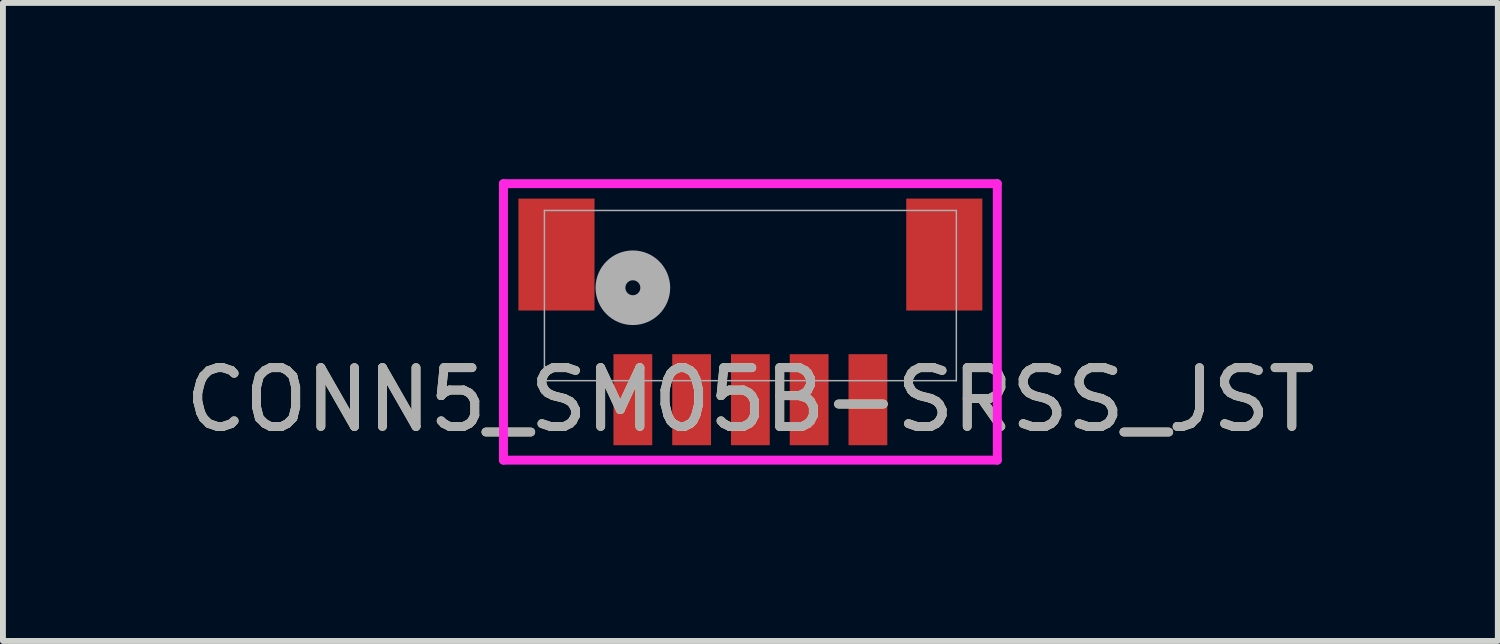
<source format=kicad_pcb>
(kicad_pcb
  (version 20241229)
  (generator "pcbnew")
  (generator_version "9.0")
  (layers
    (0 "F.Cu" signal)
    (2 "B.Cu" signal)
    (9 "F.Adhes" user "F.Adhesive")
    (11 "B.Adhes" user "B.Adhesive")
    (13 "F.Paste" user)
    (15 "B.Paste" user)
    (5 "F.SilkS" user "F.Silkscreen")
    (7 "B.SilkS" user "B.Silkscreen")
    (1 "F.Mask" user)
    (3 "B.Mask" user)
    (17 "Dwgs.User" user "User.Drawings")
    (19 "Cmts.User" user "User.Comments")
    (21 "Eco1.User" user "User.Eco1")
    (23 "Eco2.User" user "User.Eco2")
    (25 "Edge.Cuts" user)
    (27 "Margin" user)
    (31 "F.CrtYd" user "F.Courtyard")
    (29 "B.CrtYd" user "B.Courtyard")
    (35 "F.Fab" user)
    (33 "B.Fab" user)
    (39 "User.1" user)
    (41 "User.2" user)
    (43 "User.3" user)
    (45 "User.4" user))
  (footprint "CONN5_SM05B-SRSS_JST"
    (layer "F.Cu")
    (at 9.72 1.98)
    (property "Reference" "CONN5_SM05B-SRSS_JST" (at 0 1.772 0) (unlocked yes) (layer "F.SilkS") (effects (font (size 1 1) (thickness 0.15))))
    (attr smd)
    (fp_line (start -4.202 -1.904) (end -4.202 2.801) (stroke (width 0.152) (type solid)) (layer "F.CrtYd"))
    (fp_line (start -4.202 2.801) (end 4.202 2.801) (stroke (width 0.152) (type solid)) (layer "F.CrtYd"))
    (fp_line (start 4.202 -1.904) (end -4.202 -1.904) (stroke (width 0.152) (type solid)) (layer "F.CrtYd"))
    (fp_line (start 4.202 2.801) (end 4.202 -1.904) (stroke (width 0.152) (type solid)) (layer "F.CrtYd"))
    (fp_line (start -3.505 -1.448) (end -3.505 1.448) (stroke (width 0.025) (type solid)) (layer "F.Fab"))
    (fp_line (start -3.505 1.448) (end 3.505 1.448) (stroke (width 0.025) (type solid)) (layer "F.Fab"))
    (fp_line (start 3.505 -1.448) (end -3.505 -1.448) (stroke (width 0.025) (type solid)) (layer "F.Fab"))
    (fp_line (start 3.505 1.448) (end 3.505 -1.448) (stroke (width 0.025) (type solid)) (layer "F.Fab"))
    (fp_circle (center -2 -0.133) (end -1.619 -0.133) (stroke (width 0.508) (type solid)) (fill no) (layer "F.Fab"))
    (fp_text user "${REFERENCE}" (at 0 1.772 0) (unlocked yes) (layer "F.Fab") (effects (font (size 1 1) (thickness 0.15))))
    (pad "1" smd rect (at -2 1.772) (size 0.66 1.549) (layers "F.Cu" "F.Mask" "F.Paste"))
    (pad "2" smd rect (at -1 1.772) (size 0.66 1.549) (layers "F.Cu" "F.Mask" "F.Paste"))
    (pad "3" smd rect (at 0 1.772) (size 0.66 1.549) (layers "F.Cu" "F.Mask" "F.Paste"))
    (pad "4" smd rect (at 1 1.772) (size 0.66 1.549) (layers "F.Cu" "F.Mask" "F.Paste"))
    (pad "5" smd rect (at 2 1.772) (size 0.66 1.549) (layers "F.Cu" "F.Mask" "F.Paste"))
    (pad "6" smd rect (at -3.3 -0.698) (size 1.295 1.905) (layers "F.Cu" "F.Mask" "F.Paste"))
    (pad "7" smd rect (at 3.3 -0.698) (size 1.295 1.905) (layers "F.Cu" "F.Mask" "F.Paste")))
  (gr_rect
    (start -3 -3)
    (end 22.44 7.858)
    (stroke (width 0.1) (type default))
    (fill no)
    (layer "Edge.Cuts")))
</source>
